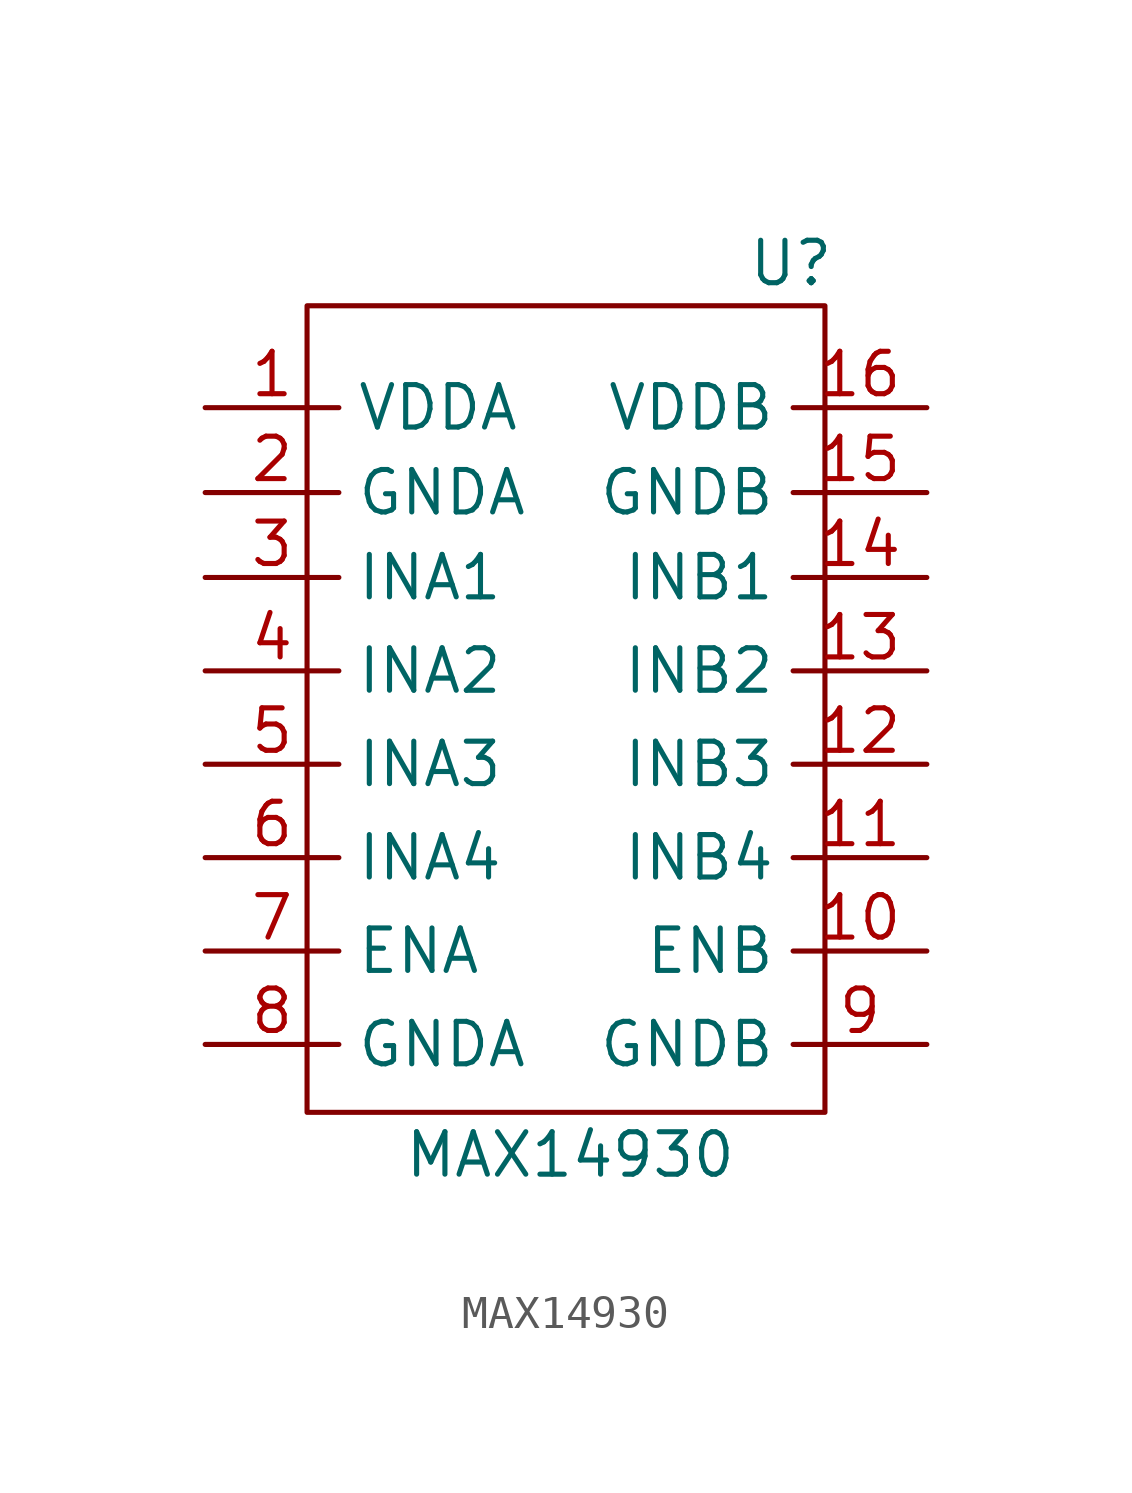
<source format=kicad_sym>
(kicad_symbol_lib
  (version 20211014)
  (generator kicad_symbol_editor)
  (symbol "MAX14930"
    (property "Reference" "U"
      (at 14.478 25.4 0)
      (effects (font (size 1.27 1.27))))
    (property "Value" "MAX14930"
      (at 7.874 -1.27 0)
      (effects (font (size 1.27 1.27))))
    (symbol "MAX14930_0_1"
      (polyline (pts (xy 0 0) (xy 15.494 0) (xy 15.494 24.13) (xy 0 24.13) (xy 0 0)) (stroke (width 0) (type default) (color 0 0 0 0)) (fill (type none))))
    (symbol "MAX14930_1_1"
      (pin free line (at -3.048 21.082 0) (length 4) (name "VDDA" (effects (font (size 1.27 1.27)))) (number "1" (effects (font (size 1.27 1.27)))))
      (pin free line (at 18.542 4.826 180) (length 4) (name "ENB" (effects (font (size 1.27 1.27)))) (number "10" (effects (font (size 1.27 1.27)))))
      (pin free line (at 18.542 7.62 180) (length 4) (name "INB4" (effects (font (size 1.27 1.27)))) (number "11" (effects (font (size 1.27 1.27)))))
      (pin free line (at 18.542 10.414 180) (length 4) (name "INB3" (effects (font (size 1.27 1.27)))) (number "12" (effects (font (size 1.27 1.27)))))
      (pin free line (at 18.542 13.208 180) (length 4) (name "INB2" (effects (font (size 1.27 1.27)))) (number "13" (effects (font (size 1.27 1.27)))))
      (pin free line (at 18.542 16.002 180) (length 4) (name "INB1" (effects (font (size 1.27 1.27)))) (number "14" (effects (font (size 1.27 1.27)))))
      (pin free line (at 18.542 18.542 180) (length 4) (name "GNDB" (effects (font (size 1.27 1.27)))) (number "15" (effects (font (size 1.27 1.27)))))
      (pin free line (at 18.542 21.082 180) (length 4) (name "VDDB" (effects (font (size 1.27 1.27)))) (number "16" (effects (font (size 1.27 1.27)))))
      (pin free line (at -3.048 18.542 0) (length 4) (name "GNDA" (effects (font (size 1.27 1.27)))) (number "2" (effects (font (size 1.27 1.27)))))
      (pin free line (at -3.048 16.002 0) (length 4) (name "INA1" (effects (font (size 1.27 1.27)))) (number "3" (effects (font (size 1.27 1.27)))))
      (pin free line (at -3.048 13.208 0) (length 4) (name "INA2" (effects (font (size 1.27 1.27)))) (number "4" (effects (font (size 1.27 1.27)))))
      (pin free line (at -3.048 10.414 0) (length 4) (name "INA3" (effects (font (size 1.27 1.27)))) (number "5" (effects (font (size 1.27 1.27)))))
      (pin free line (at -3.048 7.62 0) (length 4) (name "INA4" (effects (font (size 1.27 1.27)))) (number "6" (effects (font (size 1.27 1.27)))))
      (pin free line (at -3.048 4.826 0) (length 4) (name "ENA" (effects (font (size 1.27 1.27)))) (number "7" (effects (font (size 1.27 1.27)))))
      (pin free line (at -3.048 2.032 0) (length 4) (name "GNDA" (effects (font (size 1.27 1.27)))) (number "8" (effects (font (size 1.27 1.27)))))
      (pin free line (at 18.542 2.032 180) (length 4) (name "GNDB" (effects (font (size 1.27 1.27)))) (number "9" (effects (font (size 1.27 1.27))))))))
</source>
